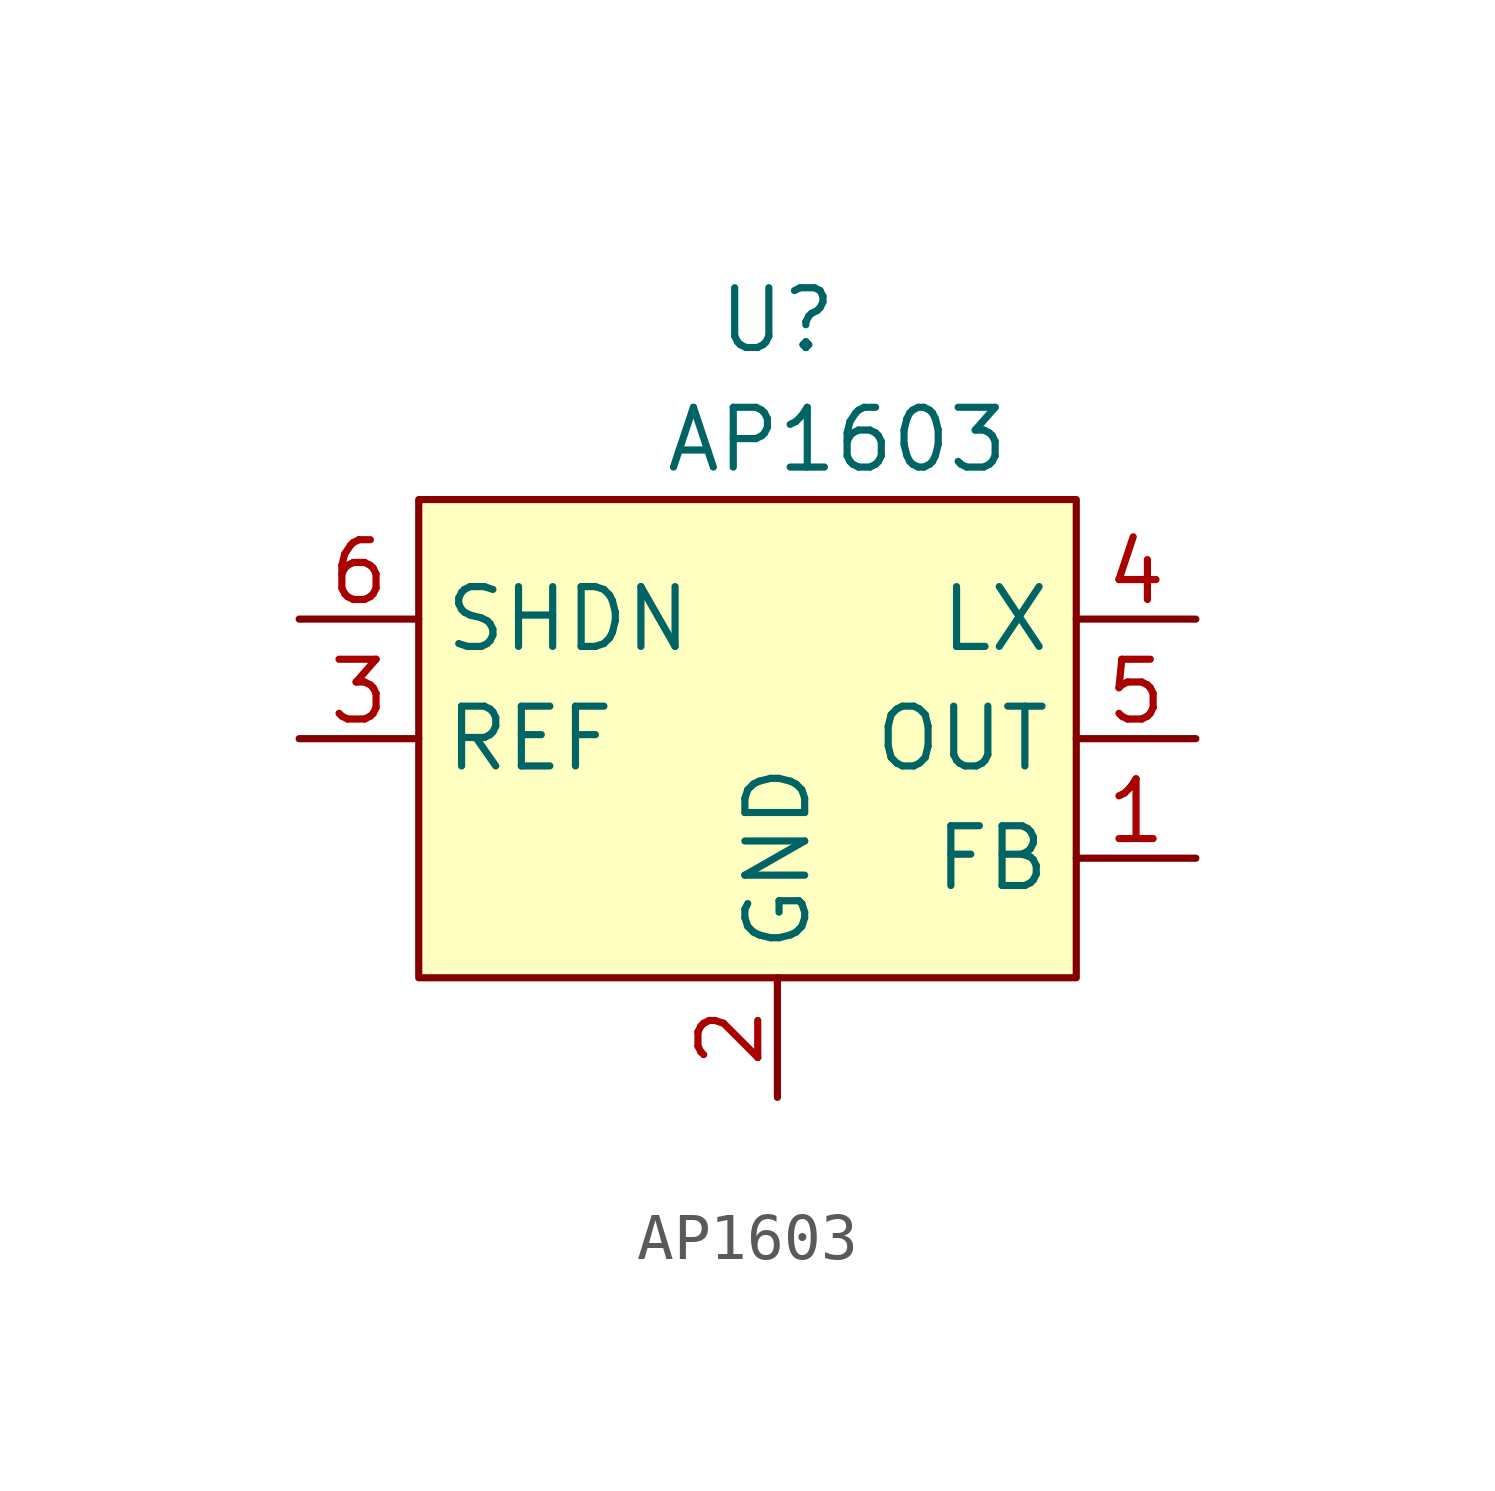
<source format=kicad_sym>
(kicad_symbol_lib
  (version 20211014)
  (generator kicad_symbol_editor)
  (symbol "AP1603"
    (property "Reference" "U"
      (at 0 7.62 0)
      (effects (font (size 1.27 1.27))))
    (property "Value" "AP1603"
      (at 1.27 5.08 0)
      (effects (font (size 1.27 1.27))))
    (symbol "AP1603_0_1"
      (rectangle (start -7.62 3.81) (end 6.35 -6.35) (stroke (width 0.152) (type default) (color 0 0 0 0)) (fill (type background))))
    (symbol "AP1603_1_1"
      (pin input line (at 8.89 -3.81 180) (length 2.54) (name "FB" (effects (font (size 1.27 1.27)))) (number "1" (effects (font (size 1.27 1.27)))))
      (pin power_in line (at 0 -8.89 90) (length 2.54) (name "GND" (effects (font (size 1.27 1.27)))) (number "2" (effects (font (size 1.27 1.27)))))
      (pin input line (at -10.16 -1.27 0) (length 2.54) (name "REF" (effects (font (size 1.27 1.27)))) (number "3" (effects (font (size 1.27 1.27)))))
      (pin output line (at 8.89 1.27 180) (length 2.54) (name "LX" (effects (font (size 1.27 1.27)))) (number "4" (effects (font (size 1.27 1.27)))))
      (pin power_out line (at 8.89 -1.27 180) (length 2.54) (name "OUT" (effects (font (size 1.27 1.27)))) (number "5" (effects (font (size 1.27 1.27)))))
      (pin input line (at -10.16 1.27 0) (length 2.54) (name "SHDN" (effects (font (size 1.27 1.27)))) (number "6" (effects (font (size 1.27 1.27))))))))
</source>
